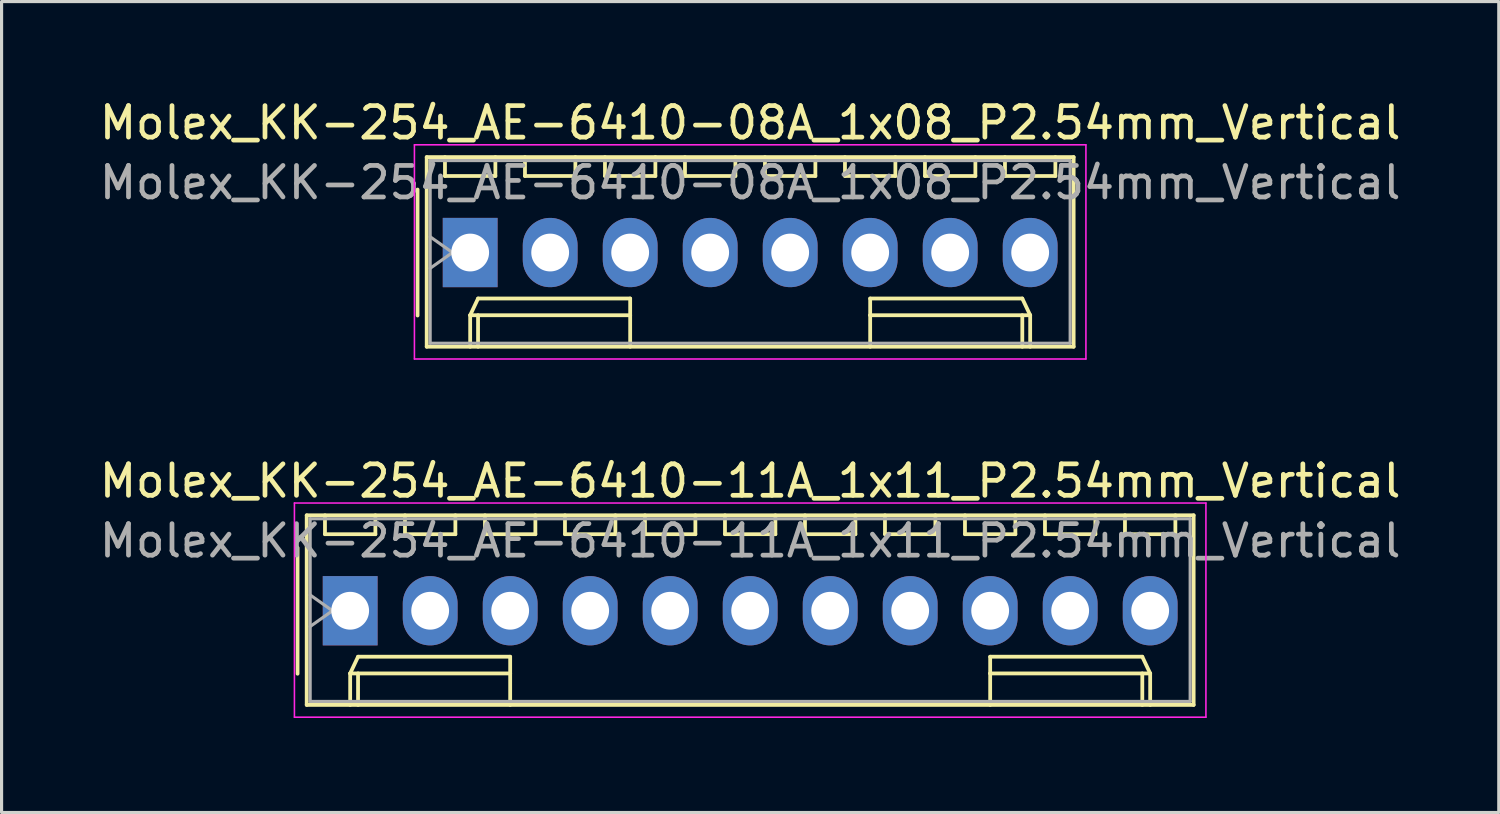
<source format=kicad_pcb>
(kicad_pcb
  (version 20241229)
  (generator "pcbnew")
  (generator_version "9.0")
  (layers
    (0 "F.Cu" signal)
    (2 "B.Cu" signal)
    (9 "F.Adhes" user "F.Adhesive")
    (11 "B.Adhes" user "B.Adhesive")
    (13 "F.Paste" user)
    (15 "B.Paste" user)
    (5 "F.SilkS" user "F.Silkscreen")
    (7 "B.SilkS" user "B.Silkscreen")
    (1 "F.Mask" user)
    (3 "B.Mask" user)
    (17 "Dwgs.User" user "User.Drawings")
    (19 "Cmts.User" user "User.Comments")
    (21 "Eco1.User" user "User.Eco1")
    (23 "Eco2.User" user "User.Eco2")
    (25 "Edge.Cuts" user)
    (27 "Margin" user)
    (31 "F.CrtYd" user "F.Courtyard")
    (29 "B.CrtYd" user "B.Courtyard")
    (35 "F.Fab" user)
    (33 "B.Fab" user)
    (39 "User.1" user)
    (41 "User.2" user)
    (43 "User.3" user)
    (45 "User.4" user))
  (footprint "Molex_KK-254_AE-6410-11A_1x11_P2.54mm_Vertical"
    (layer "F.Cu")
    (at 8.068 16.341)
    (property "Reference" "Molex_KK-254_AE-6410-11A_1x11_P2.54mm_Vertical" (at 12.7 -4.12 0) (layer "F.SilkS") (effects (font (size 1 1) (thickness 0.15))))
    (attr through_hole)
    (fp_line (start -1.67 -2) (end -1.67 2) (stroke (width 0.12) (type solid)) (layer "F.SilkS"))
    (fp_line (start -1.38 -3.03) (end -1.38 2.99) (stroke (width 0.12) (type solid)) (layer "F.SilkS"))
    (fp_line (start -1.38 2.99) (end 26.78 2.99) (stroke (width 0.12) (type solid)) (layer "F.SilkS"))
    (fp_line (start -0.8 -3.03) (end -0.8 -2.43) (stroke (width 0.12) (type solid)) (layer "F.SilkS"))
    (fp_line (start -0.8 -2.43) (end 0.8 -2.43) (stroke (width 0.12) (type solid)) (layer "F.SilkS"))
    (fp_line (start 0 1.99) (end 0.25 1.46) (stroke (width 0.12) (type solid)) (layer "F.SilkS"))
    (fp_line (start 0 1.99) (end 5.08 1.99) (stroke (width 0.12) (type solid)) (layer "F.SilkS"))
    (fp_line (start 0 2.99) (end 0 1.99) (stroke (width 0.12) (type solid)) (layer "F.SilkS"))
    (fp_line (start 0.25 1.46) (end 5.08 1.46) (stroke (width 0.12) (type solid)) (layer "F.SilkS"))
    (fp_line (start 0.25 2.99) (end 0.25 1.99) (stroke (width 0.12) (type solid)) (layer "F.SilkS"))
    (fp_line (start 0.8 -2.43) (end 0.8 -3.03) (stroke (width 0.12) (type solid)) (layer "F.SilkS"))
    (fp_line (start 1.74 -3.03) (end 1.74 -2.43) (stroke (width 0.12) (type solid)) (layer "F.SilkS"))
    (fp_line (start 1.74 -2.43) (end 3.34 -2.43) (stroke (width 0.12) (type solid)) (layer "F.SilkS"))
    (fp_line (start 3.34 -2.43) (end 3.34 -3.03) (stroke (width 0.12) (type solid)) (layer "F.SilkS"))
    (fp_line (start 4.28 -3.03) (end 4.28 -2.43) (stroke (width 0.12) (type solid)) (layer "F.SilkS"))
    (fp_line (start 4.28 -2.43) (end 5.88 -2.43) (stroke (width 0.12) (type solid)) (layer "F.SilkS"))
    (fp_line (start 5.08 1.46) (end 5.08 1.99) (stroke (width 0.12) (type solid)) (layer "F.SilkS"))
    (fp_line (start 5.08 1.99) (end 5.08 2.99) (stroke (width 0.12) (type solid)) (layer "F.SilkS"))
    (fp_line (start 5.88 -2.43) (end 5.88 -3.03) (stroke (width 0.12) (type solid)) (layer "F.SilkS"))
    (fp_line (start 6.82 -3.03) (end 6.82 -2.43) (stroke (width 0.12) (type solid)) (layer "F.SilkS"))
    (fp_line (start 6.82 -2.43) (end 8.42 -2.43) (stroke (width 0.12) (type solid)) (layer "F.SilkS"))
    (fp_line (start 8.42 -2.43) (end 8.42 -3.03) (stroke (width 0.12) (type solid)) (layer "F.SilkS"))
    (fp_line (start 9.36 -3.03) (end 9.36 -2.43) (stroke (width 0.12) (type solid)) (layer "F.SilkS"))
    (fp_line (start 9.36 -2.43) (end 10.96 -2.43) (stroke (width 0.12) (type solid)) (layer "F.SilkS"))
    (fp_line (start 10.96 -2.43) (end 10.96 -3.03) (stroke (width 0.12) (type solid)) (layer "F.SilkS"))
    (fp_line (start 11.9 -3.03) (end 11.9 -2.43) (stroke (width 0.12) (type solid)) (layer "F.SilkS"))
    (fp_line (start 11.9 -2.43) (end 13.5 -2.43) (stroke (width 0.12) (type solid)) (layer "F.SilkS"))
    (fp_line (start 13.5 -2.43) (end 13.5 -3.03) (stroke (width 0.12) (type solid)) (layer "F.SilkS"))
    (fp_line (start 14.44 -3.03) (end 14.44 -2.43) (stroke (width 0.12) (type solid)) (layer "F.SilkS"))
    (fp_line (start 14.44 -2.43) (end 16.04 -2.43) (stroke (width 0.12) (type solid)) (layer "F.SilkS"))
    (fp_line (start 16.04 -2.43) (end 16.04 -3.03) (stroke (width 0.12) (type solid)) (layer "F.SilkS"))
    (fp_line (start 16.98 -3.03) (end 16.98 -2.43) (stroke (width 0.12) (type solid)) (layer "F.SilkS"))
    (fp_line (start 16.98 -2.43) (end 18.58 -2.43) (stroke (width 0.12) (type solid)) (layer "F.SilkS"))
    (fp_line (start 18.58 -2.43) (end 18.58 -3.03) (stroke (width 0.12) (type solid)) (layer "F.SilkS"))
    (fp_line (start 19.52 -3.03) (end 19.52 -2.43) (stroke (width 0.12) (type solid)) (layer "F.SilkS"))
    (fp_line (start 19.52 -2.43) (end 21.12 -2.43) (stroke (width 0.12) (type solid)) (layer "F.SilkS"))
    (fp_line (start 20.32 1.46) (end 20.32 1.99) (stroke (width 0.12) (type solid)) (layer "F.SilkS"))
    (fp_line (start 20.32 1.99) (end 20.32 2.99) (stroke (width 0.12) (type solid)) (layer "F.SilkS"))
    (fp_line (start 21.12 -2.43) (end 21.12 -3.03) (stroke (width 0.12) (type solid)) (layer "F.SilkS"))
    (fp_line (start 22.06 -3.03) (end 22.06 -2.43) (stroke (width 0.12) (type solid)) (layer "F.SilkS"))
    (fp_line (start 22.06 -2.43) (end 23.66 -2.43) (stroke (width 0.12) (type solid)) (layer "F.SilkS"))
    (fp_line (start 23.66 -2.43) (end 23.66 -3.03) (stroke (width 0.12) (type solid)) (layer "F.SilkS"))
    (fp_line (start 24.6 -3.03) (end 24.6 -2.43) (stroke (width 0.12) (type solid)) (layer "F.SilkS"))
    (fp_line (start 24.6 -2.43) (end 26.2 -2.43) (stroke (width 0.12) (type solid)) (layer "F.SilkS"))
    (fp_line (start 25.15 1.46) (end 20.32 1.46) (stroke (width 0.12) (type solid)) (layer "F.SilkS"))
    (fp_line (start 25.15 2.99) (end 25.15 1.99) (stroke (width 0.12) (type solid)) (layer "F.SilkS"))
    (fp_line (start 25.4 1.99) (end 20.32 1.99) (stroke (width 0.12) (type solid)) (layer "F.SilkS"))
    (fp_line (start 25.4 1.99) (end 25.15 1.46) (stroke (width 0.12) (type solid)) (layer "F.SilkS"))
    (fp_line (start 25.4 2.99) (end 25.4 1.99) (stroke (width 0.12) (type solid)) (layer "F.SilkS"))
    (fp_line (start 26.2 -2.43) (end 26.2 -3.03) (stroke (width 0.12) (type solid)) (layer "F.SilkS"))
    (fp_line (start 26.78 -3.03) (end -1.38 -3.03) (stroke (width 0.12) (type solid)) (layer "F.SilkS"))
    (fp_line (start 26.78 2.99) (end 26.78 -3.03) (stroke (width 0.12) (type solid)) (layer "F.SilkS"))
    (fp_line (start -1.77 -3.42) (end -1.77 3.38) (stroke (width 0.05) (type solid)) (layer "F.CrtYd"))
    (fp_line (start -1.77 3.38) (end 27.17 3.38) (stroke (width 0.05) (type solid)) (layer "F.CrtYd"))
    (fp_line (start 27.17 -3.42) (end -1.77 -3.42) (stroke (width 0.05) (type solid)) (layer "F.CrtYd"))
    (fp_line (start 27.17 3.38) (end 27.17 -3.42) (stroke (width 0.05) (type solid)) (layer "F.CrtYd"))
    (fp_line (start -1.27 -2.92) (end -1.27 2.88) (stroke (width 0.1) (type solid)) (layer "F.Fab"))
    (fp_line (start -1.27 -0.5) (end -0.563 0) (stroke (width 0.1) (type solid)) (layer "F.Fab"))
    (fp_line (start -1.27 2.88) (end 26.67 2.88) (stroke (width 0.1) (type solid)) (layer "F.Fab"))
    (fp_line (start -0.563 0) (end -1.27 0.5) (stroke (width 0.1) (type solid)) (layer "F.Fab"))
    (fp_line (start 26.67 -2.92) (end -1.27 -2.92) (stroke (width 0.1) (type solid)) (layer "F.Fab"))
    (fp_line (start 26.67 2.88) (end 26.67 -2.92) (stroke (width 0.1) (type solid)) (layer "F.Fab"))
    (fp_text user "${REFERENCE}" (at 12.7 -2.22 0) (layer "F.Fab") (effects (font (size 1 1) (thickness 0.15))))
    (pad "1" thru_hole rect (at 0 0) (size 1.74 2.2) (drill 1.2) (layers "*.Cu" "*.Mask"))
    (pad "2" thru_hole oval (at 2.54 0) (size 1.74 2.2) (drill 1.2) (layers "*.Cu" "*.Mask"))
    (pad "3" thru_hole oval (at 5.08 0) (size 1.74 2.2) (drill 1.2) (layers "*.Cu" "*.Mask"))
    (pad "4" thru_hole oval (at 7.62 0) (size 1.74 2.2) (drill 1.2) (layers "*.Cu" "*.Mask"))
    (pad "5" thru_hole oval (at 10.16 0) (size 1.74 2.2) (drill 1.2) (layers "*.Cu" "*.Mask"))
    (pad "6" thru_hole oval (at 12.7 0) (size 1.74 2.2) (drill 1.2) (layers "*.Cu" "*.Mask"))
    (pad "7" thru_hole oval (at 15.24 0) (size 1.74 2.2) (drill 1.2) (layers "*.Cu" "*.Mask"))
    (pad "8" thru_hole oval (at 17.78 0) (size 1.74 2.2) (drill 1.2) (layers "*.Cu" "*.Mask"))
    (pad "9" thru_hole oval (at 20.32 0) (size 1.74 2.2) (drill 1.2) (layers "*.Cu" "*.Mask"))
    (pad "10" thru_hole oval (at 22.86 0) (size 1.74 2.2) (drill 1.2) (layers "*.Cu" "*.Mask"))
    (pad "11" thru_hole oval (at 25.4 0) (size 1.74 2.2) (drill 1.2) (layers "*.Cu" "*.Mask")))
  (footprint "Molex_KK-254_AE-6410-08A_1x08_P2.54mm_Vertical"
    (layer "F.Cu")
    (at 11.878 4.968)
    (property "Reference" "Molex_KK-254_AE-6410-08A_1x08_P2.54mm_Vertical" (at 8.89 -4.12 0) (layer "F.SilkS") (effects (font (size 1 1) (thickness 0.15))))
    (attr through_hole)
    (fp_line (start -1.67 -2) (end -1.67 2) (stroke (width 0.12) (type solid)) (layer "F.SilkS"))
    (fp_line (start -1.38 -3.03) (end -1.38 2.99) (stroke (width 0.12) (type solid)) (layer "F.SilkS"))
    (fp_line (start -1.38 2.99) (end 19.16 2.99) (stroke (width 0.12) (type solid)) (layer "F.SilkS"))
    (fp_line (start -0.8 -3.03) (end -0.8 -2.43) (stroke (width 0.12) (type solid)) (layer "F.SilkS"))
    (fp_line (start -0.8 -2.43) (end 0.8 -2.43) (stroke (width 0.12) (type solid)) (layer "F.SilkS"))
    (fp_line (start 0 1.99) (end 0.25 1.46) (stroke (width 0.12) (type solid)) (layer "F.SilkS"))
    (fp_line (start 0 1.99) (end 5.08 1.99) (stroke (width 0.12) (type solid)) (layer "F.SilkS"))
    (fp_line (start 0 2.99) (end 0 1.99) (stroke (width 0.12) (type solid)) (layer "F.SilkS"))
    (fp_line (start 0.25 1.46) (end 5.08 1.46) (stroke (width 0.12) (type solid)) (layer "F.SilkS"))
    (fp_line (start 0.25 2.99) (end 0.25 1.99) (stroke (width 0.12) (type solid)) (layer "F.SilkS"))
    (fp_line (start 0.8 -2.43) (end 0.8 -3.03) (stroke (width 0.12) (type solid)) (layer "F.SilkS"))
    (fp_line (start 1.74 -3.03) (end 1.74 -2.43) (stroke (width 0.12) (type solid)) (layer "F.SilkS"))
    (fp_line (start 1.74 -2.43) (end 3.34 -2.43) (stroke (width 0.12) (type solid)) (layer "F.SilkS"))
    (fp_line (start 3.34 -2.43) (end 3.34 -3.03) (stroke (width 0.12) (type solid)) (layer "F.SilkS"))
    (fp_line (start 4.28 -3.03) (end 4.28 -2.43) (stroke (width 0.12) (type solid)) (layer "F.SilkS"))
    (fp_line (start 4.28 -2.43) (end 5.88 -2.43) (stroke (width 0.12) (type solid)) (layer "F.SilkS"))
    (fp_line (start 5.08 1.46) (end 5.08 1.99) (stroke (width 0.12) (type solid)) (layer "F.SilkS"))
    (fp_line (start 5.08 1.99) (end 5.08 2.99) (stroke (width 0.12) (type solid)) (layer "F.SilkS"))
    (fp_line (start 5.88 -2.43) (end 5.88 -3.03) (stroke (width 0.12) (type solid)) (layer "F.SilkS"))
    (fp_line (start 6.82 -3.03) (end 6.82 -2.43) (stroke (width 0.12) (type solid)) (layer "F.SilkS"))
    (fp_line (start 6.82 -2.43) (end 8.42 -2.43) (stroke (width 0.12) (type solid)) (layer "F.SilkS"))
    (fp_line (start 8.42 -2.43) (end 8.42 -3.03) (stroke (width 0.12) (type solid)) (layer "F.SilkS"))
    (fp_line (start 9.36 -3.03) (end 9.36 -2.43) (stroke (width 0.12) (type solid)) (layer "F.SilkS"))
    (fp_line (start 9.36 -2.43) (end 10.96 -2.43) (stroke (width 0.12) (type solid)) (layer "F.SilkS"))
    (fp_line (start 10.96 -2.43) (end 10.96 -3.03) (stroke (width 0.12) (type solid)) (layer "F.SilkS"))
    (fp_line (start 11.9 -3.03) (end 11.9 -2.43) (stroke (width 0.12) (type solid)) (layer "F.SilkS"))
    (fp_line (start 11.9 -2.43) (end 13.5 -2.43) (stroke (width 0.12) (type solid)) (layer "F.SilkS"))
    (fp_line (start 12.7 1.46) (end 12.7 1.99) (stroke (width 0.12) (type solid)) (layer "F.SilkS"))
    (fp_line (start 12.7 1.99) (end 12.7 2.99) (stroke (width 0.12) (type solid)) (layer "F.SilkS"))
    (fp_line (start 13.5 -2.43) (end 13.5 -3.03) (stroke (width 0.12) (type solid)) (layer "F.SilkS"))
    (fp_line (start 14.44 -3.03) (end 14.44 -2.43) (stroke (width 0.12) (type solid)) (layer "F.SilkS"))
    (fp_line (start 14.44 -2.43) (end 16.04 -2.43) (stroke (width 0.12) (type solid)) (layer "F.SilkS"))
    (fp_line (start 16.04 -2.43) (end 16.04 -3.03) (stroke (width 0.12) (type solid)) (layer "F.SilkS"))
    (fp_line (start 16.98 -3.03) (end 16.98 -2.43) (stroke (width 0.12) (type solid)) (layer "F.SilkS"))
    (fp_line (start 16.98 -2.43) (end 18.58 -2.43) (stroke (width 0.12) (type solid)) (layer "F.SilkS"))
    (fp_line (start 17.53 1.46) (end 12.7 1.46) (stroke (width 0.12) (type solid)) (layer "F.SilkS"))
    (fp_line (start 17.53 2.99) (end 17.53 1.99) (stroke (width 0.12) (type solid)) (layer "F.SilkS"))
    (fp_line (start 17.78 1.99) (end 12.7 1.99) (stroke (width 0.12) (type solid)) (layer "F.SilkS"))
    (fp_line (start 17.78 1.99) (end 17.53 1.46) (stroke (width 0.12) (type solid)) (layer "F.SilkS"))
    (fp_line (start 17.78 2.99) (end 17.78 1.99) (stroke (width 0.12) (type solid)) (layer "F.SilkS"))
    (fp_line (start 18.58 -2.43) (end 18.58 -3.03) (stroke (width 0.12) (type solid)) (layer "F.SilkS"))
    (fp_line (start 19.16 -3.03) (end -1.38 -3.03) (stroke (width 0.12) (type solid)) (layer "F.SilkS"))
    (fp_line (start 19.16 2.99) (end 19.16 -3.03) (stroke (width 0.12) (type solid)) (layer "F.SilkS"))
    (fp_line (start -1.77 -3.42) (end -1.77 3.38) (stroke (width 0.05) (type solid)) (layer "F.CrtYd"))
    (fp_line (start -1.77 3.38) (end 19.55 3.38) (stroke (width 0.05) (type solid)) (layer "F.CrtYd"))
    (fp_line (start 19.55 -3.42) (end -1.77 -3.42) (stroke (width 0.05) (type solid)) (layer "F.CrtYd"))
    (fp_line (start 19.55 3.38) (end 19.55 -3.42) (stroke (width 0.05) (type solid)) (layer "F.CrtYd"))
    (fp_line (start -1.27 -2.92) (end -1.27 2.88) (stroke (width 0.1) (type solid)) (layer "F.Fab"))
    (fp_line (start -1.27 -0.5) (end -0.563 0) (stroke (width 0.1) (type solid)) (layer "F.Fab"))
    (fp_line (start -1.27 2.88) (end 19.05 2.88) (stroke (width 0.1) (type solid)) (layer "F.Fab"))
    (fp_line (start -0.563 0) (end -1.27 0.5) (stroke (width 0.1) (type solid)) (layer "F.Fab"))
    (fp_line (start 19.05 -2.92) (end -1.27 -2.92) (stroke (width 0.1) (type solid)) (layer "F.Fab"))
    (fp_line (start 19.05 2.88) (end 19.05 -2.92) (stroke (width 0.1) (type solid)) (layer "F.Fab"))
    (fp_text user "${REFERENCE}" (at 8.89 -2.22 0) (layer "F.Fab") (effects (font (size 1 1) (thickness 0.15))))
    (pad "1" thru_hole rect (at 0 0) (size 1.74 2.2) (drill 1.2) (layers "*.Cu" "*.Mask"))
    (pad "2" thru_hole oval (at 2.54 0) (size 1.74 2.2) (drill 1.2) (layers "*.Cu" "*.Mask"))
    (pad "3" thru_hole oval (at 5.08 0) (size 1.74 2.2) (drill 1.2) (layers "*.Cu" "*.Mask"))
    (pad "4" thru_hole oval (at 7.62 0) (size 1.74 2.2) (drill 1.2) (layers "*.Cu" "*.Mask"))
    (pad "5" thru_hole oval (at 10.16 0) (size 1.74 2.2) (drill 1.2) (layers "*.Cu" "*.Mask"))
    (pad "6" thru_hole oval (at 12.7 0) (size 1.74 2.2) (drill 1.2) (layers "*.Cu" "*.Mask"))
    (pad "7" thru_hole oval (at 15.24 0) (size 1.74 2.2) (drill 1.2) (layers "*.Cu" "*.Mask"))
    (pad "8" thru_hole oval (at 17.78 0) (size 1.74 2.2) (drill 1.2) (layers "*.Cu" "*.Mask")))
  (gr_rect
    (start -3 -3)
    (end 44.536 22.747)
    (stroke (width 0.1) (type default))
    (fill no)
    (layer "Edge.Cuts")))
</source>
